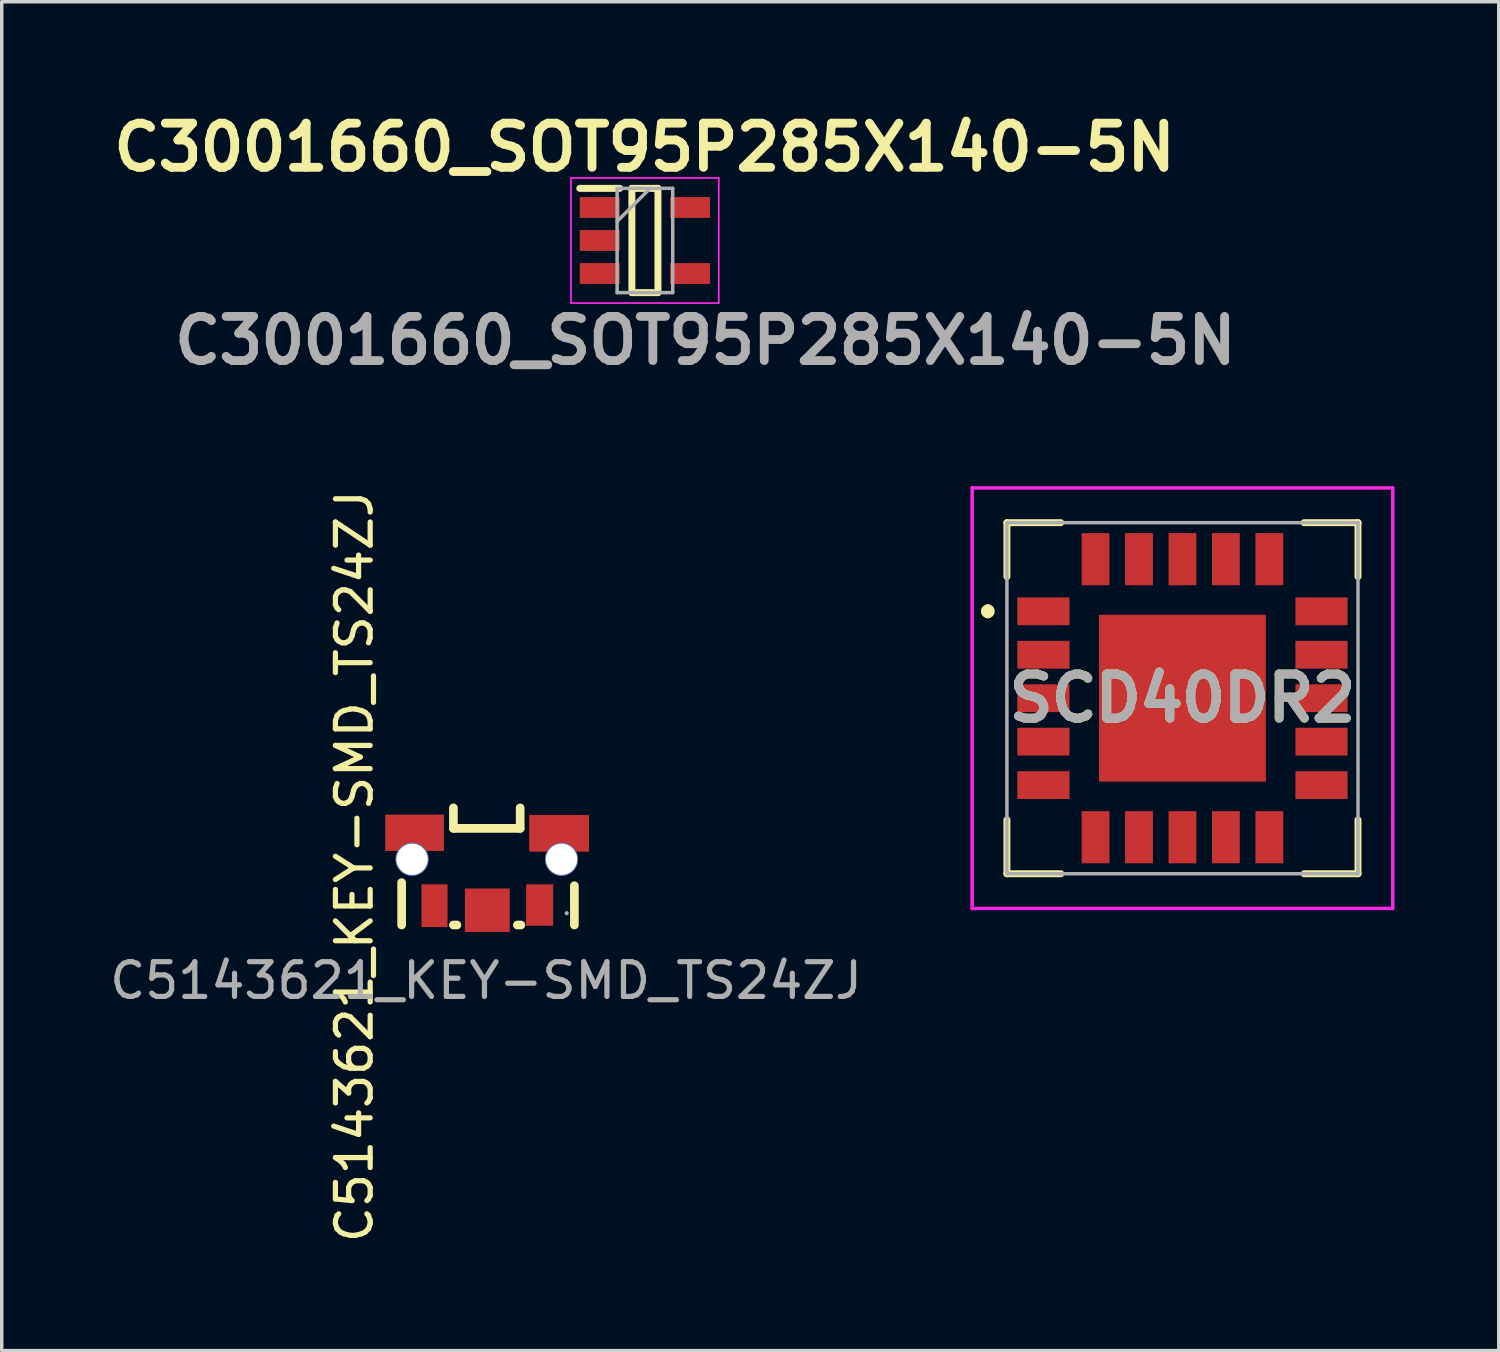
<source format=kicad_pcb>
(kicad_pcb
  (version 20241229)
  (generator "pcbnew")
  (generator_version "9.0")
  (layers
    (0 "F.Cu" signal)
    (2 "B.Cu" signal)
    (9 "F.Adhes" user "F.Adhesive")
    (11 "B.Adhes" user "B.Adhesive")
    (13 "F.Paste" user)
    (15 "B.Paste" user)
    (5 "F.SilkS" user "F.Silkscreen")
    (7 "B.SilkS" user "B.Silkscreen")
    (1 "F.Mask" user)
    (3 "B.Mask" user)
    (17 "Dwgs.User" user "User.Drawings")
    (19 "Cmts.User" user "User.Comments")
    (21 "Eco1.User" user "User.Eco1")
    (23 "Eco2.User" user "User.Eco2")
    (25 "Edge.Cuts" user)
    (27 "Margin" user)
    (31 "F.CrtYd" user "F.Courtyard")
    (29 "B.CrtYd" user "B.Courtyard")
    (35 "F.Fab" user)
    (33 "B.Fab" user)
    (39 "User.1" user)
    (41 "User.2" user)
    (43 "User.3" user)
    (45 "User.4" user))
  (footprint "C3001660_SOT95P285X140-5N"
    (layer "F.Cu")
    (at 15.504 3.869)
    (property "Reference" "C3001660_SOT95P285X140-5N" (at -0.01 -2.68 0) (layer "F.SilkS") (effects (font (size 1.27 1.27) (thickness 0.254))))
    (attr smd)
    (fp_line (start -1.875 -1.5) (end -0.725 -1.5) (stroke (width 0.2) (type solid)) (layer "F.SilkS"))
    (fp_line (start -0.375 -1.5) (end 0.375 -1.5) (stroke (width 0.2) (type solid)) (layer "F.SilkS"))
    (fp_line (start -0.375 1.5) (end -0.375 -1.5) (stroke (width 0.2) (type solid)) (layer "F.SilkS"))
    (fp_line (start 0.375 -1.5) (end 0.375 1.5) (stroke (width 0.2) (type solid)) (layer "F.SilkS"))
    (fp_line (start 0.375 1.5) (end -0.375 1.5) (stroke (width 0.2) (type solid)) (layer "F.SilkS"))
    (fp_line (start -2.125 -1.8) (end 2.125 -1.8) (stroke (width 0.05) (type solid)) (layer "F.CrtYd"))
    (fp_line (start -2.125 1.8) (end -2.125 -1.8) (stroke (width 0.05) (type solid)) (layer "F.CrtYd"))
    (fp_line (start 2.125 -1.8) (end 2.125 1.8) (stroke (width 0.05) (type solid)) (layer "F.CrtYd"))
    (fp_line (start 2.125 1.8) (end -2.125 1.8) (stroke (width 0.05) (type solid)) (layer "F.CrtYd"))
    (fp_line (start -0.8 -1.5) (end 0.8 -1.5) (stroke (width 0.1) (type solid)) (layer "F.Fab"))
    (fp_line (start -0.8 -0.55) (end 0.15 -1.5) (stroke (width 0.1) (type solid)) (layer "F.Fab"))
    (fp_line (start -0.8 1.5) (end -0.8 -1.5) (stroke (width 0.1) (type solid)) (layer "F.Fab"))
    (fp_line (start 0.8 -1.5) (end 0.8 1.5) (stroke (width 0.1) (type solid)) (layer "F.Fab"))
    (fp_line (start 0.8 1.5) (end -0.8 1.5) (stroke (width 0.1) (type solid)) (layer "F.Fab"))
    (fp_text user "${REFERENCE}" (at 1.74 2.88 0) (layer "F.Fab") (effects (font (size 1.27 1.27) (thickness 0.254))))
    (pad "1" smd rect (at -1.3 -0.95 90) (size 0.6 1.15) (layers "F.Cu" "F.Mask" "F.Paste"))
    (pad "2" smd rect (at -1.3 0 90) (size 0.6 1.15) (layers "F.Cu" "F.Mask" "F.Paste"))
    (pad "3" smd rect (at -1.3 0.95 90) (size 0.6 1.15) (layers "F.Cu" "F.Mask" "F.Paste"))
    (pad "4" smd rect (at 1.3 0.95 90) (size 0.6 1.15) (layers "F.Cu" "F.Mask" "F.Paste"))
    (pad "5" smd rect (at 1.3 -0.95 90) (size 0.6 1.15) (layers "F.Cu" "F.Mask" "F.Paste")))
  (footprint "C5143621_KEY-SMD_TS24ZJ"
    (layer "F.Cu")
    (at 10.955 21.992)
    (property "Reference" "C5143621_KEY-SMD_TS24ZJ" (at -3.81 -0.12 90) (layer "F.SilkS") (effects (font (size 1 1) (thickness 0.15))))
    (attr through_hole)
    (fp_line (start -2.45 0.35) (end -2.45 1.57) (stroke (width 0.25) (type solid)) (layer "F.SilkS"))
    (fp_line (start -0.96 -1.21) (end -0.96 -1.8) (stroke (width 0.25) (type solid)) (layer "F.SilkS"))
    (fp_line (start -0.96 -1.21) (end 0.96 -1.21) (stroke (width 0.25) (type solid)) (layer "F.SilkS"))
    (fp_line (start -0.96 1.57) (end -0.86 1.57) (stroke (width 0.25) (type solid)) (layer "F.SilkS"))
    (fp_line (start 0.88 1.57) (end 0.98 1.57) (stroke (width 0.25) (type solid)) (layer "F.SilkS"))
    (fp_line (start 0.96 -1.8) (end 0.96 -1.21) (stroke (width 0.25) (type solid)) (layer "F.SilkS"))
    (fp_line (start 2.52 1.57) (end 2.52 0.44) (stroke (width 0.25) (type solid)) (layer "F.SilkS"))
    (fp_circle (center 2.3 1.23) (end 2.33 1.23) (stroke (width 0.06) (type solid)) (fill no) (layer "F.Fab"))
    (fp_text user "${REFERENCE}" (at -0.02 3.17 0) (layer "F.Fab") (effects (font (size 1 1) (thickness 0.15))))
    (pad "1" smd rect (at 1.52 0.995 180) (size 0.78 1.19) (layers "F.Cu" "F.Mask" "F.Paste"))
    (pad "2" smd rect (at -1.505 1.015 180) (size 0.75 1.23) (layers "F.Cu" "F.Mask" "F.Paste"))
    (pad "3" thru_hole circle (at -2.15 -0.32) (size 0.95 0.95) (drill 0.9) (layers "*.Cu" "*.Mask"))
    (pad "3" smd rect (at -2.075 -1.083 180) (size 1.69 1.045) (layers "F.Cu" "F.Mask" "F.Paste"))
    (pad "4" smd rect (at 2.08 -1.067 180) (size 1.72 1.055) (layers "F.Cu" "F.Mask" "F.Paste"))
    (pad "4" thru_hole circle (at 2.15 -0.32) (size 0.95 0.95) (drill 0.9) (layers "*.Cu" "*.Mask"))
    (pad "5" smd rect (at 0.015 1.145 180) (size 1.29 1.25) (layers "F.Cu" "F.Mask" "F.Paste")))
  (footprint "SCD40DR2"
    (layer "F.Cu")
    (at 30.969 17.037)
    (property "Reference" "SCD40DR2" (at 0 0 0) (layer "F.SilkS") (effects (font (size 1.27 1.27) (thickness 0.254))))
    (attr smd)
    (fp_line (start -5.6 -2.6) (end -5.6 -2.6) (stroke (width 0.2) (type solid)) (layer "F.SilkS"))
    (fp_line (start -5.6 -2.4) (end -5.6 -2.4) (stroke (width 0.2) (type solid)) (layer "F.SilkS"))
    (fp_line (start -5.05 -5.05) (end -5.05 -3.5) (stroke (width 0.2) (type solid)) (layer "F.SilkS"))
    (fp_line (start -5.05 5.05) (end -5.05 3.5) (stroke (width 0.2) (type solid)) (layer "F.SilkS"))
    (fp_line (start -3.5 -5.05) (end -5.05 -5.05) (stroke (width 0.2) (type solid)) (layer "F.SilkS"))
    (fp_line (start -3.5 5.05) (end -5.05 5.05) (stroke (width 0.2) (type solid)) (layer "F.SilkS"))
    (fp_line (start 3.5 -5.05) (end 5.05 -5.05) (stroke (width 0.2) (type solid)) (layer "F.SilkS"))
    (fp_line (start 3.5 5.05) (end 5.05 5.05) (stroke (width 0.2) (type solid)) (layer "F.SilkS"))
    (fp_line (start 5.05 -5.05) (end 5.05 -3.5) (stroke (width 0.2) (type solid)) (layer "F.SilkS"))
    (fp_line (start 5.05 5.05) (end 5.05 3.5) (stroke (width 0.2) (type solid)) (layer "F.SilkS"))
    (fp_arc (start -5.6 -2.6) (mid -5.5 -2.5) (end -5.6 -2.4) (stroke (width 0.2) (type solid)) (layer "F.SilkS"))
    (fp_arc (start -5.6 -2.4) (mid -5.7 -2.5) (end -5.6 -2.6) (stroke (width 0.2) (type solid)) (layer "F.SilkS"))
    (fp_line (start -6.05 -6.05) (end 6.05 -6.05) (stroke (width 0.1) (type solid)) (layer "F.CrtYd"))
    (fp_line (start -6.05 6.05) (end -6.05 -6.05) (stroke (width 0.1) (type solid)) (layer "F.CrtYd"))
    (fp_line (start 6.05 -6.05) (end 6.05 6.05) (stroke (width 0.1) (type solid)) (layer "F.CrtYd"))
    (fp_line (start 6.05 6.05) (end -6.05 6.05) (stroke (width 0.1) (type solid)) (layer "F.CrtYd"))
    (fp_line (start -5.05 -5.05) (end 5.05 -5.05) (stroke (width 0.1) (type solid)) (layer "F.Fab"))
    (fp_line (start -5.05 5.05) (end -5.05 -5.05) (stroke (width 0.1) (type solid)) (layer "F.Fab"))
    (fp_line (start 5.05 -5.05) (end 5.05 5.05) (stroke (width 0.1) (type solid)) (layer "F.Fab"))
    (fp_line (start 5.05 5.05) (end -5.05 5.05) (stroke (width 0.1) (type solid)) (layer "F.Fab"))
    (fp_text user "${REFERENCE}" (at 0 0 0) (layer "F.Fab") (effects (font (size 1.27 1.27) (thickness 0.254))))
    (pad "1" smd rect (at -4 -2.5 90) (size 0.8 1.5) (layers "F.Cu" "F.Mask" "F.Paste"))
    (pad "2" smd rect (at -4 -1.25 90) (size 0.8 1.5) (layers "F.Cu" "F.Mask" "F.Paste"))
    (pad "3" smd rect (at -4 0 90) (size 0.8 1.5) (layers "F.Cu" "F.Mask" "F.Paste"))
    (pad "4" smd rect (at -4 1.25 90) (size 0.8 1.5) (layers "F.Cu" "F.Mask" "F.Paste"))
    (pad "5" smd rect (at -4 2.5 90) (size 0.8 1.5) (layers "F.Cu" "F.Mask" "F.Paste"))
    (pad "6" smd rect (at -2.5 4) (size 0.8 1.5) (layers "F.Cu" "F.Mask" "F.Paste"))
    (pad "7" smd rect (at -1.25 4) (size 0.8 1.5) (layers "F.Cu" "F.Mask" "F.Paste"))
    (pad "8" smd rect (at 0 4) (size 0.8 1.5) (layers "F.Cu" "F.Mask" "F.Paste"))
    (pad "9" smd rect (at 1.25 4) (size 0.8 1.5) (layers "F.Cu" "F.Mask" "F.Paste"))
    (pad "10" smd rect (at 2.5 4) (size 0.8 1.5) (layers "F.Cu" "F.Mask" "F.Paste"))
    (pad "11" smd rect (at 4 2.5 90) (size 0.8 1.5) (layers "F.Cu" "F.Mask" "F.Paste"))
    (pad "12" smd rect (at 4 1.25 90) (size 0.8 1.5) (layers "F.Cu" "F.Mask" "F.Paste"))
    (pad "13" smd rect (at 4 0 90) (size 0.8 1.5) (layers "F.Cu" "F.Mask" "F.Paste"))
    (pad "14" smd rect (at 4 -1.25 90) (size 0.8 1.5) (layers "F.Cu" "F.Mask" "F.Paste"))
    (pad "15" smd rect (at 4 -2.5 90) (size 0.8 1.5) (layers "F.Cu" "F.Mask" "F.Paste"))
    (pad "16" smd rect (at 2.5 -4) (size 0.8 1.5) (layers "F.Cu" "F.Mask" "F.Paste"))
    (pad "17" smd rect (at 1.25 -4) (size 0.8 1.5) (layers "F.Cu" "F.Mask" "F.Paste"))
    (pad "18" smd rect (at 0 -4) (size 0.8 1.5) (layers "F.Cu" "F.Mask" "F.Paste"))
    (pad "19" smd rect (at -1.25 -4) (size 0.8 1.5) (layers "F.Cu" "F.Mask" "F.Paste"))
    (pad "20" smd rect (at -2.5 -4) (size 0.8 1.5) (layers "F.Cu" "F.Mask" "F.Paste"))
    (pad "21" smd rect (at 0 0) (size 4.8 4.8) (layers "F.Cu" "F.Mask" "F.Paste")))
  (gr_rect
    (start -3 -3)
    (end 40.069 35.806)
    (stroke (width 0.1) (type default))
    (fill no)
    (layer "Edge.Cuts")))
</source>
